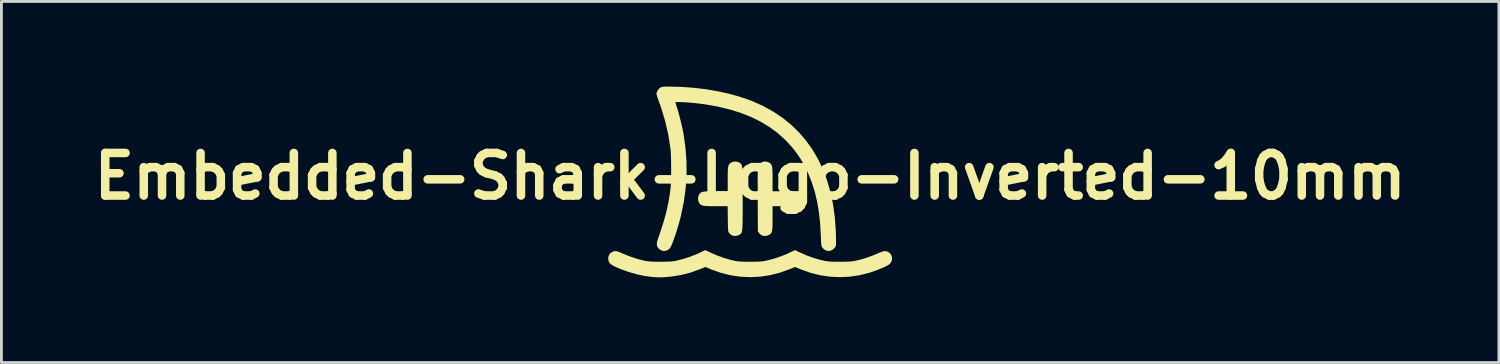
<source format=kicad_pcb>
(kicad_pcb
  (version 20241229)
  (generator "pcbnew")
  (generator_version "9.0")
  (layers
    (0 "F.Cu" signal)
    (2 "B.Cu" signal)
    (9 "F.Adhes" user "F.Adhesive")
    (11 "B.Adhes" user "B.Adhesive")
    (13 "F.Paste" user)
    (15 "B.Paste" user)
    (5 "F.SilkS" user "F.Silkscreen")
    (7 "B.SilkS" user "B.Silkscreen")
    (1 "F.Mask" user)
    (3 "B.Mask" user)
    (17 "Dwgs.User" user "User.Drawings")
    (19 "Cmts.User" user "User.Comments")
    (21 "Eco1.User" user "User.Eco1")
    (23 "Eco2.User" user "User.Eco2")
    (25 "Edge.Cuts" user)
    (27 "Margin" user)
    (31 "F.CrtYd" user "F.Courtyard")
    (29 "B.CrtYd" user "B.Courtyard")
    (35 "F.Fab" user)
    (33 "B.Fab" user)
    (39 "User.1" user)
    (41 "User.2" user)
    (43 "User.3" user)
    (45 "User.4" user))
  (footprint "Embedded-Shark-Logo-Inverted-10mm"
    (layer "F.Cu")
    (at 23.371 3.159)
    (property "Reference" "Embedded-Shark-Logo-Inverted-10mm" (at 0 0 0) (layer "F.SilkS") (effects (font (size 1.5 1.5) (thickness 0.3))))
    (attr board_only exclude_from_pos_files exclude_from_bom)
    (fp_poly (pts (xy 0.612 -0.509) (xy 0.678 -0.479) (xy 0.711 -0.453) (xy 0.736 -0.426) (xy 0.756 -0.394) (xy 0.77 -0.35) (xy 0.78 -0.292) (xy 0.785 -0.215) (xy 0.789 -0.114) (xy 0.79 0.015) (xy 0.79 0.104) (xy 0.79 0.527) (xy 1.213 0.527) (xy 1.36 0.527) (xy 1.477 0.529) (xy 1.567 0.533) (xy 1.636 0.541) (xy 1.687 0.552) (xy 1.725 0.568) (xy 1.755 0.59) (xy 1.781 0.619) (xy 1.795 0.638) (xy 1.822 0.69) (xy 1.833 0.755) (xy 1.834 0.79) (xy 1.829 0.864) (xy 1.809 0.92) (xy 1.795 0.941) (xy 1.77 0.974) (xy 1.743 1) (xy 1.71 1.019) (xy 1.667 1.033) (xy 1.609 1.043) (xy 1.532 1.049) (xy 1.431 1.052) (xy 1.301 1.053) (xy 1.213 1.053) (xy 0.79 1.053) (xy 0.79 1.476) (xy 0.789 1.624) (xy 0.788 1.74) (xy 0.783 1.831) (xy 0.776 1.899) (xy 0.765 1.95) (xy 0.748 1.989) (xy 0.727 2.018) (xy 0.698 2.043) (xy 0.68 2.057) (xy 0.609 2.09) (xy 0.524 2.102) (xy 0.442 2.092) (xy 0.408 2.078) (xy 0.357 2.043) (xy 0.313 1.997) (xy 0.311 1.994) (xy 0.272 1.94) (xy 0.267 0.811) (xy 0.266 0.576) (xy 0.266 0.373) (xy 0.265 0.201) (xy 0.266 0.055) (xy 0.267 -0.065) (xy 0.27 -0.164) (xy 0.273 -0.243) (xy 0.279 -0.304) (xy 0.286 -0.352) (xy 0.295 -0.388) (xy 0.306 -0.414) (xy 0.32 -0.434) (xy 0.337 -0.45) (xy 0.356 -0.465) (xy 0.375 -0.479) (xy 0.445 -0.51) (xy 0.529 -0.52)) (stroke (width 0) (type solid)) (fill yes) (layer "F.SilkS"))
    (fp_poly (pts (xy -0.441 -0.509) (xy -0.375 -0.479) (xy -0.353 -0.463) (xy -0.334 -0.448) (xy -0.318 -0.432) (xy -0.305 -0.411) (xy -0.294 -0.383) (xy -0.285 -0.345) (xy -0.278 -0.295) (xy -0.273 -0.229) (xy -0.269 -0.147) (xy -0.266 -0.044) (xy -0.265 0.082) (xy -0.264 0.233) (xy -0.263 0.412) (xy -0.263 0.621) (xy -0.263 0.79) (xy -0.263 1.023) (xy -0.263 1.223) (xy -0.264 1.394) (xy -0.265 1.537) (xy -0.267 1.656) (xy -0.27 1.753) (xy -0.274 1.83) (xy -0.28 1.89) (xy -0.287 1.937) (xy -0.297 1.971) (xy -0.308 1.997) (xy -0.322 2.016) (xy -0.339 2.032) (xy -0.358 2.046) (xy -0.373 2.057) (xy -0.445 2.09) (xy -0.529 2.102) (xy -0.611 2.092) (xy -0.646 2.078) (xy -0.696 2.043) (xy -0.741 1.997) (xy -0.742 1.994) (xy -0.754 1.976) (xy -0.764 1.956) (xy -0.771 1.93) (xy -0.776 1.893) (xy -0.779 1.84) (xy -0.782 1.767) (xy -0.784 1.67) (xy -0.786 1.544) (xy -0.786 1.496) (xy -0.792 1.053) (xy -1.214 1.053) (xy -1.361 1.053) (xy -1.477 1.051) (xy -1.568 1.047) (xy -1.636 1.039) (xy -1.687 1.028) (xy -1.725 1.011) (xy -1.755 0.989) (xy -1.781 0.961) (xy -1.795 0.941) (xy -1.826 0.871) (xy -1.836 0.788) (xy -1.825 0.704) (xy -1.795 0.638) (xy -1.77 0.606) (xy -1.743 0.58) (xy -1.71 0.561) (xy -1.667 0.547) (xy -1.609 0.537) (xy -1.532 0.531) (xy -1.431 0.528) (xy -1.301 0.527) (xy -1.213 0.527) (xy -0.79 0.527) (xy -0.79 0.104) (xy -0.789 -0.044) (xy -0.788 -0.16) (xy -0.783 -0.251) (xy -0.776 -0.319) (xy -0.765 -0.37) (xy -0.748 -0.409) (xy -0.726 -0.438) (xy -0.698 -0.464) (xy -0.678 -0.479) (xy -0.608 -0.51) (xy -0.524 -0.52)) (stroke (width 0) (type solid)) (fill yes) (layer "F.SilkS"))
    (fp_poly (pts (xy 1.781 2.696) (xy 2.002 2.791) (xy 2.237 2.876) (xy 2.473 2.944) (xy 2.58 2.969) (xy 2.647 2.983) (xy 2.709 2.993) (xy 2.773 3) (xy 2.846 3.005) (xy 2.935 3.008) (xy 3.048 3.009) (xy 3.16 3.009) (xy 3.295 3.009) (xy 3.402 3.007) (xy 3.488 3.004) (xy 3.559 2.999) (xy 3.621 2.991) (xy 3.683 2.981) (xy 3.737 2.97) (xy 4.014 2.898) (xy 4.286 2.804) (xy 4.471 2.728) (xy 4.577 2.683) (xy 4.658 2.653) (xy 4.722 2.638) (xy 4.774 2.637) (xy 4.822 2.648) (xy 4.856 2.662) (xy 4.928 2.713) (xy 4.975 2.783) (xy 4.998 2.863) (xy 4.994 2.946) (xy 4.965 3.026) (xy 4.91 3.095) (xy 4.879 3.118) (xy 4.821 3.152) (xy 4.736 3.192) (xy 4.633 3.238) (xy 4.519 3.284) (xy 4.401 3.329) (xy 4.287 3.37) (xy 4.204 3.396) (xy 3.858 3.483) (xy 3.509 3.536) (xy 3.159 3.553) (xy 2.81 3.536) (xy 2.463 3.485) (xy 2.12 3.399) (xy 1.782 3.278) (xy 1.728 3.255) (xy 1.584 3.194) (xy 1.393 3.272) (xy 1.05 3.394) (xy 0.704 3.482) (xy 0.355 3.535) (xy 0.007 3.553) (xy -0.342 3.537) (xy -0.688 3.487) (xy -1.031 3.401) (xy -1.369 3.282) (xy -1.432 3.255) (xy -1.575 3.194) (xy -1.766 3.272) (xy -2.1 3.392) (xy -2.436 3.478) (xy -2.78 3.533) (xy -2.905 3.545) (xy -3.011 3.553) (xy -3.095 3.558) (xy -3.168 3.56) (xy -3.241 3.558) (xy -3.325 3.554) (xy -3.431 3.546) (xy -3.455 3.544) (xy -3.72 3.51) (xy -3.998 3.451) (xy -4.279 3.37) (xy -4.555 3.27) (xy -4.669 3.222) (xy -4.773 3.175) (xy -4.848 3.136) (xy -4.902 3.101) (xy -4.939 3.067) (xy -4.965 3.031) (xy -4.974 3.013) (xy -5 2.922) (xy -4.994 2.835) (xy -4.961 2.756) (xy -4.903 2.692) (xy -4.825 2.65) (xy -4.767 2.638) (xy -4.731 2.636) (xy -4.692 2.642) (xy -4.641 2.657) (xy -4.574 2.683) (xy -4.482 2.722) (xy -4.475 2.726) (xy -4.209 2.833) (xy -3.949 2.917) (xy -3.737 2.97) (xy -3.671 2.983) (xy -3.61 2.993) (xy -3.546 3) (xy -3.473 3.005) (xy -3.384 3.008) (xy -3.272 3.009) (xy -3.16 3.009) (xy -3.024 3.009) (xy -2.917 3.007) (xy -2.831 3.004) (xy -2.76 2.999) (xy -2.697 2.991) (xy -2.635 2.981) (xy -2.58 2.969) (xy -2.351 2.911) (xy -2.114 2.833) (xy -1.884 2.743) (xy -1.781 2.696) (xy -1.58 2.6) (xy -1.378 2.696) (xy -1.158 2.791) (xy -0.922 2.876) (xy -0.687 2.944) (xy -0.579 2.969) (xy -0.513 2.983) (xy -0.451 2.993) (xy -0.387 3) (xy -0.313 3.005) (xy -0.224 3.008) (xy -0.112 3.009) (xy 0 3.009) (xy 0.135 3.009) (xy 0.243 3.007) (xy 0.328 3.004) (xy 0.4 2.999) (xy 0.463 2.991) (xy 0.525 2.981) (xy 0.579 2.969) (xy 0.808 2.911) (xy 1.046 2.833) (xy 1.276 2.743) (xy 1.378 2.696) (xy 1.58 2.6)) (stroke (width 0) (type solid)) (fill yes) (layer "F.SilkS"))
    (fp_poly (pts (xy -2.416 -3.148) (xy -1.989 -3.117) (xy -1.566 -3.067) (xy -1.154 -2.997) (xy -0.757 -2.911) (xy -0.38 -2.807) (xy -0.028 -2.687) (xy 0.095 -2.639) (xy 0.471 -2.469) (xy 0.822 -2.274) (xy 1.147 -2.055) (xy 1.448 -1.812) (xy 1.722 -1.545) (xy 1.971 -1.255) (xy 2.194 -0.942) (xy 2.391 -0.606) (xy 2.562 -0.248) (xy 2.706 0.132) (xy 2.823 0.535) (xy 2.914 0.959) (xy 2.978 1.404) (xy 3.015 1.87) (xy 3.023 2.144) (xy 3.025 2.257) (xy 3.025 2.339) (xy 3.023 2.398) (xy 3.019 2.439) (xy 3.012 2.467) (xy 3.002 2.489) (xy 2.991 2.504) (xy 2.918 2.579) (xy 2.836 2.621) (xy 2.749 2.632) (xy 2.664 2.61) (xy 2.584 2.556) (xy 2.539 2.505) (xy 2.526 2.486) (xy 2.517 2.462) (xy 2.51 2.428) (xy 2.504 2.38) (xy 2.499 2.312) (xy 2.495 2.219) (xy 2.491 2.097) (xy 2.49 2.093) (xy 2.466 1.668) (xy 2.423 1.271) (xy 2.36 0.898) (xy 2.276 0.546) (xy 2.171 0.213) (xy 2.044 -0.104) (xy 1.974 -0.255) (xy 1.823 -0.537) (xy 1.656 -0.794) (xy 1.468 -1.034) (xy 1.253 -1.266) (xy 1.217 -1.3) (xy 0.959 -1.53) (xy 0.677 -1.737) (xy 0.371 -1.922) (xy 0.041 -2.085) (xy -0.315 -2.227) (xy -0.697 -2.347) (xy -1.106 -2.447) (xy -1.544 -2.527) (xy -1.597 -2.535) (xy -1.717 -2.551) (xy -1.846 -2.566) (xy -1.978 -2.58) (xy -2.109 -2.592) (xy -2.236 -2.602) (xy -2.352 -2.609) (xy -2.455 -2.613) (xy -2.538 -2.615) (xy -2.598 -2.613) (xy -2.629 -2.608) (xy -2.633 -2.604) (xy -2.628 -2.584) (xy -2.614 -2.537) (xy -2.594 -2.471) (xy -2.57 -2.398) (xy -2.533 -2.277) (xy -2.493 -2.132) (xy -2.453 -1.975) (xy -2.414 -1.815) (xy -2.38 -1.663) (xy -2.353 -1.529) (xy -2.344 -1.481) (xy -2.277 -0.998) (xy -2.242 -0.524) (xy -2.239 -0.055) (xy -2.27 0.411) (xy -2.333 0.881) (xy -2.43 1.356) (xy -2.44 1.398) (xy -2.477 1.545) (xy -2.519 1.696) (xy -2.564 1.848) (xy -2.611 1.996) (xy -2.658 2.136) (xy -2.703 2.262) (xy -2.745 2.372) (xy -2.783 2.459) (xy -2.815 2.519) (xy -2.832 2.543) (xy -2.906 2.6) (xy -2.99 2.629) (xy -3.076 2.629) (xy -3.152 2.6) (xy -3.228 2.541) (xy -3.273 2.473) (xy -3.289 2.392) (xy -3.276 2.295) (xy -3.255 2.226) (xy -3.153 1.932) (xy -3.066 1.662) (xy -2.993 1.41) (xy -2.932 1.17) (xy -2.882 0.935) (xy -2.841 0.699) (xy -2.807 0.455) (xy -2.806 0.448) (xy -2.798 0.357) (xy -2.791 0.238) (xy -2.786 0.098) (xy -2.783 -0.058) (xy -2.782 -0.222) (xy -2.783 -0.387) (xy -2.785 -0.548) (xy -2.789 -0.697) (xy -2.794 -0.827) (xy -2.801 -0.933) (xy -2.806 -0.974) (xy -2.883 -1.466) (xy -2.996 -1.954) (xy -3.142 -2.435) (xy -3.206 -2.614) (xy -3.239 -2.705) (xy -3.267 -2.786) (xy -3.287 -2.852) (xy -3.299 -2.895) (xy -3.3 -2.905) (xy -3.287 -2.963) (xy -3.254 -3.028) (xy -3.208 -3.087) (xy -3.159 -3.127) (xy -3.13 -3.14) (xy -3.094 -3.149) (xy -3.045 -3.155) (xy -2.976 -3.158) (xy -2.881 -3.159) (xy -2.844 -3.159)) (stroke (width 0) (type solid)) (fill yes) (layer "F.SilkS")))
  (gr_rect
    (start -3 -3)
    (end 49.743 9.719)
    (stroke (width 0.1) (type default))
    (fill no)
    (layer "Edge.Cuts")))
</source>
